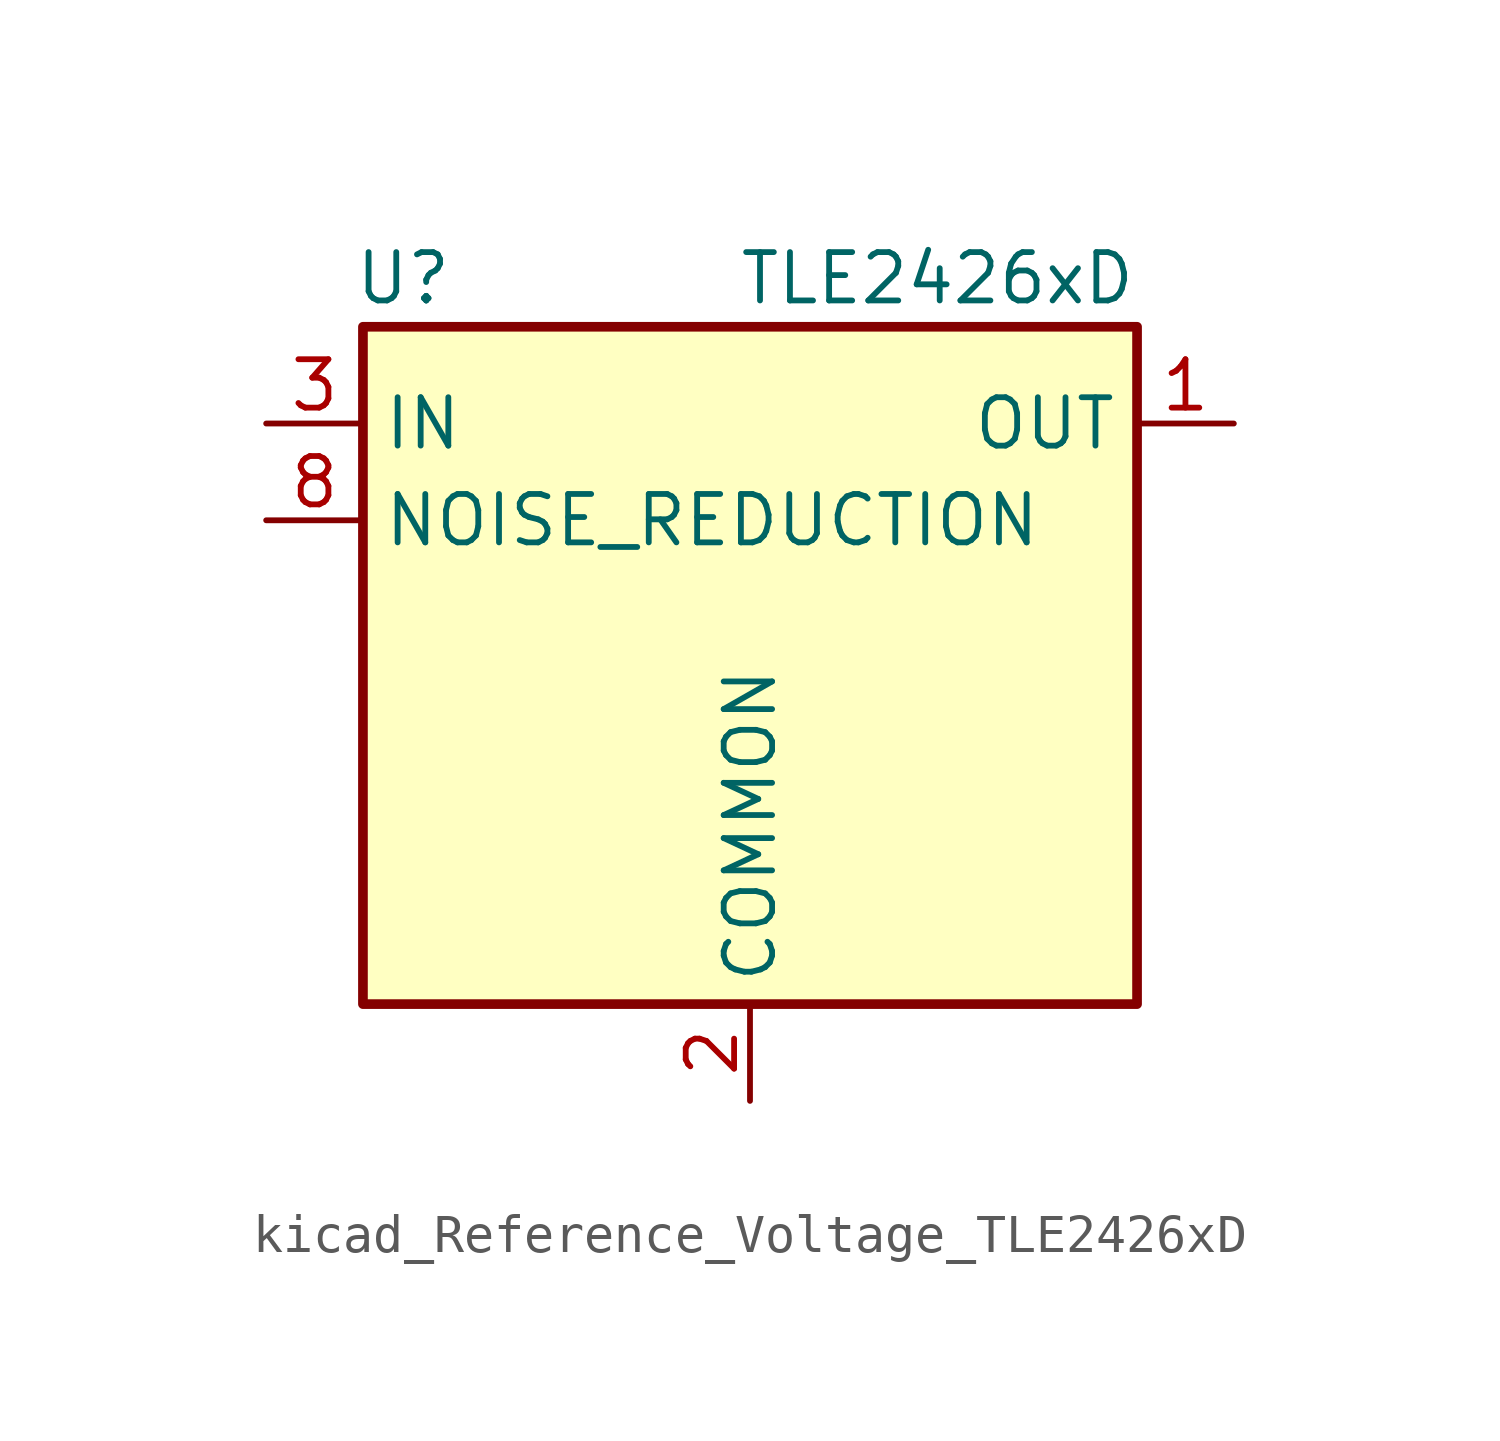
<source format=kicad_sym>
(kicad_symbol_lib
  (version 20220914)
  (generator kicad_symbol_editor)
  (symbol "kicad_Reference_Voltage_TLE2426xD"
    (property "Reference" "U"
      (at -10.414 8.89 0)
      (effects (font (size 1.27 1.27)) (justify left)))
    (property "Value" "TLE2426xD"
      (at 10.16 8.89 0)
      (effects (font (size 1.27 1.27)) (justify right)))
    (symbol "kicad_Reference_Voltage_TLE2426xD_0_1"
      (rectangle (start -10.16 7.62) (end 10.16 -10.16) (stroke (width 0.254) (type default)) (fill (type background))))
    (symbol "kicad_Reference_Voltage_TLE2426xD_1_1"
      (pin power_out line (at 12.7 5.08 180) (length 2.54) (name "OUT" (effects (font (size 1.27 1.27)))) (number "1" (effects (font (size 1.27 1.27)))))
      (pin power_in line (at 0 -12.7 90) (length 2.54) (name "COMMON" (effects (font (size 1.27 1.27)))) (number "2" (effects (font (size 1.27 1.27)))))
      (pin power_in line (at -12.7 5.08 0) (length 2.54) (name "IN" (effects (font (size 1.27 1.27)))) (number "3" (effects (font (size 1.27 1.27)))))
      (pin no_connect line (at -10.16 0 0) (length 2.54) hide (name "NC" (effects (font (size 1.27 1.27)))) (number "4" (effects (font (size 1.27 1.27)))))
      (pin no_connect line (at -10.16 -2.54 0) (length 2.54) hide (name "NC" (effects (font (size 1.27 1.27)))) (number "5" (effects (font (size 1.27 1.27)))))
      (pin no_connect line (at 10.16 0 180) (length 2.54) hide (name "NC" (effects (font (size 1.27 1.27)))) (number "6" (effects (font (size 1.27 1.27)))))
      (pin no_connect line (at 10.16 -2.54 180) (length 2.54) hide (name "NC" (effects (font (size 1.27 1.27)))) (number "7" (effects (font (size 1.27 1.27)))))
      (pin passive line (at -12.7 2.54 0) (length 2.54) (name "NOISE_REDUCTION" (effects (font (size 1.27 1.27)))) (number "8" (effects (font (size 1.27 1.27))))))))
</source>
